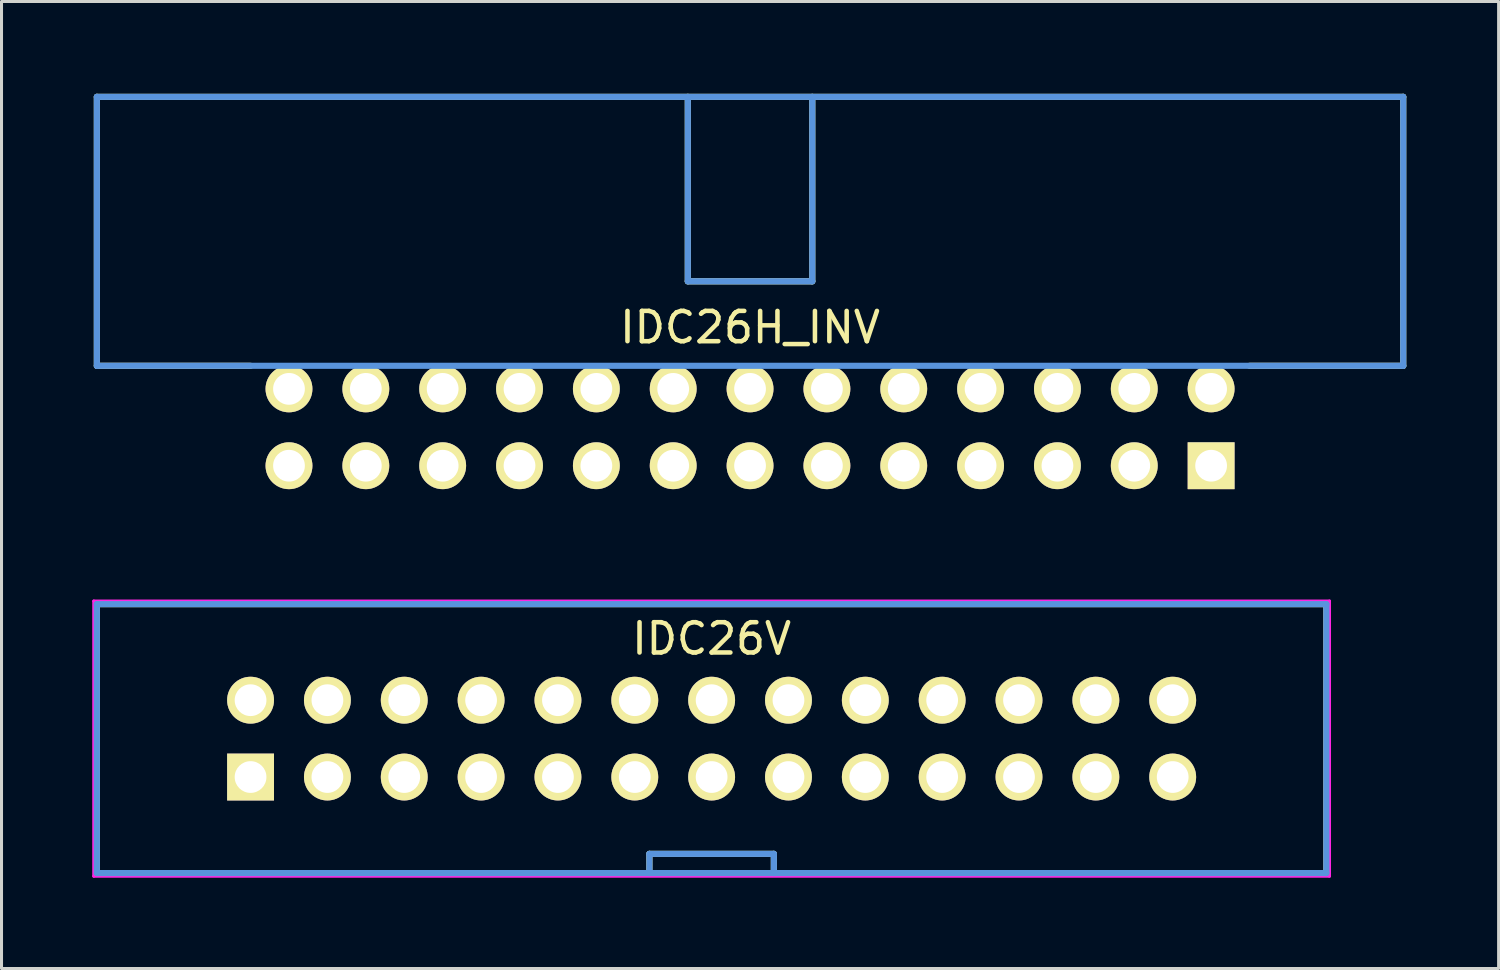
<source format=kicad_pcb>
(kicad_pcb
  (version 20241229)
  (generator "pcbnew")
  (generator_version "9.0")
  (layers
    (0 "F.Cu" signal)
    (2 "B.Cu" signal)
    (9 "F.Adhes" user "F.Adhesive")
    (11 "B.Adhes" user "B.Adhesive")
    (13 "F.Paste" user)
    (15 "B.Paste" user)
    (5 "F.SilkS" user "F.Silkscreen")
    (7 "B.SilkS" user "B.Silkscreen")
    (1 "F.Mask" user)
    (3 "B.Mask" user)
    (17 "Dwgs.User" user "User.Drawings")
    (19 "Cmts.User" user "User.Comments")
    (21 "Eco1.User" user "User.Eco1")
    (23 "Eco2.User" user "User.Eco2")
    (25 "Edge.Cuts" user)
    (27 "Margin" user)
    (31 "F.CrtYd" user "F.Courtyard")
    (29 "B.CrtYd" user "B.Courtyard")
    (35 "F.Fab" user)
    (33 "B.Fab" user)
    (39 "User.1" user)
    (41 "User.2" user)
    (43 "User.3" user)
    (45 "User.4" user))
  (footprint "IDC26V"
    (layer "F.Cu")
    (at 5.232 22.634)
    (property "Reference" "IDC26V" (at 15.24 -4.572 0) (layer "F.SilkS") (effects (font (size 1.001 1.001) (thickness 0.15))))
    (attr through_hole)
    (fp_line (start -5.08 -5.715) (end 35.56 -5.715) (stroke (width 0.203) (type solid)) (layer "F.SilkS"))
    (fp_line (start -5.08 3.175) (end -5.08 -5.715) (stroke (width 0.203) (type solid)) (layer "F.SilkS"))
    (fp_line (start 13.183 2.54) (end 17.297 2.54) (stroke (width 0.203) (type solid)) (layer "F.SilkS"))
    (fp_line (start 13.183 3.175) (end 13.183 2.54) (stroke (width 0.203) (type solid)) (layer "F.SilkS"))
    (fp_line (start 17.297 3.175) (end 17.297 2.54) (stroke (width 0.203) (type solid)) (layer "F.SilkS"))
    (fp_line (start 35.56 -5.715) (end 35.56 3.175) (stroke (width 0.203) (type solid)) (layer "F.SilkS"))
    (fp_line (start 35.56 3.175) (end -5.08 3.175) (stroke (width 0.203) (type solid)) (layer "F.SilkS"))
    (fp_line (start -5.08 -5.715) (end 35.56 -5.715) (stroke (width 0.203) (type solid)) (layer "Cmts.User"))
    (fp_line (start -5.08 3.175) (end -5.08 -5.715) (stroke (width 0.203) (type solid)) (layer "Cmts.User"))
    (fp_line (start 13.183 2.54) (end 17.297 2.54) (stroke (width 0.203) (type solid)) (layer "Cmts.User"))
    (fp_line (start 13.183 3.175) (end 13.183 2.54) (stroke (width 0.203) (type solid)) (layer "Cmts.User"))
    (fp_line (start 17.297 3.175) (end 17.297 2.54) (stroke (width 0.203) (type solid)) (layer "Cmts.User"))
    (fp_line (start 35.56 -5.715) (end 35.56 3.175) (stroke (width 0.203) (type solid)) (layer "Cmts.User"))
    (fp_line (start 35.56 3.175) (end -5.08 3.175) (stroke (width 0.203) (type solid)) (layer "Cmts.User"))
    (fp_line (start -5.182 -5.817) (end 35.662 -5.817) (stroke (width 0.102) (type solid)) (layer "F.CrtYd"))
    (fp_line (start -5.182 3.277) (end -5.182 -5.817) (stroke (width 0.102) (type solid)) (layer "F.CrtYd"))
    (fp_line (start 35.662 -5.817) (end 35.662 3.277) (stroke (width 0.102) (type solid)) (layer "F.CrtYd"))
    (fp_line (start 35.662 3.277) (end -5.182 3.277) (stroke (width 0.102) (type solid)) (layer "F.CrtYd"))
    (pad "1" thru_hole rect (at 0 0) (size 1.549 1.549) (drill 1.049) (layers "*.Cu" "*.Mask" "F.SilkS"))
    (pad "2" thru_hole circle (at 0 -2.54) (size 1.549 1.549) (drill 1.049) (layers "*.Cu" "*.Mask" "F.SilkS"))
    (pad "3" thru_hole circle (at 2.54 0) (size 1.549 1.549) (drill 1.049) (layers "*.Cu" "*.Mask" "F.SilkS"))
    (pad "4" thru_hole circle (at 2.54 -2.54) (size 1.549 1.549) (drill 1.049) (layers "*.Cu" "*.Mask" "F.SilkS"))
    (pad "5" thru_hole circle (at 5.08 0) (size 1.549 1.549) (drill 1.049) (layers "*.Cu" "*.Mask" "F.SilkS"))
    (pad "6" thru_hole circle (at 5.08 -2.54) (size 1.549 1.549) (drill 1.049) (layers "*.Cu" "*.Mask" "F.SilkS"))
    (pad "7" thru_hole circle (at 7.62 0) (size 1.549 1.549) (drill 1.049) (layers "*.Cu" "*.Mask" "F.SilkS"))
    (pad "8" thru_hole circle (at 7.62 -2.54) (size 1.549 1.549) (drill 1.049) (layers "*.Cu" "*.Mask" "F.SilkS"))
    (pad "9" thru_hole circle (at 10.16 0) (size 1.549 1.549) (drill 1.049) (layers "*.Cu" "*.Mask" "F.SilkS"))
    (pad "10" thru_hole circle (at 10.16 -2.54) (size 1.549 1.549) (drill 1.049) (layers "*.Cu" "*.Mask" "F.SilkS"))
    (pad "11" thru_hole circle (at 12.7 0) (size 1.549 1.549) (drill 1.049) (layers "*.Cu" "*.Mask" "F.SilkS"))
    (pad "12" thru_hole circle (at 12.7 -2.54) (size 1.549 1.549) (drill 1.049) (layers "*.Cu" "*.Mask" "F.SilkS"))
    (pad "13" thru_hole circle (at 15.24 0) (size 1.549 1.549) (drill 1.049) (layers "*.Cu" "*.Mask" "F.SilkS"))
    (pad "14" thru_hole circle (at 15.24 -2.54) (size 1.549 1.549) (drill 1.049) (layers "*.Cu" "*.Mask" "F.SilkS"))
    (pad "15" thru_hole circle (at 17.78 0) (size 1.549 1.549) (drill 1.049) (layers "*.Cu" "*.Mask" "F.SilkS"))
    (pad "16" thru_hole circle (at 17.78 -2.54) (size 1.549 1.549) (drill 1.049) (layers "*.Cu" "*.Mask" "F.SilkS"))
    (pad "17" thru_hole circle (at 20.32 0) (size 1.549 1.549) (drill 1.049) (layers "*.Cu" "*.Mask" "F.SilkS"))
    (pad "18" thru_hole circle (at 20.32 -2.54) (size 1.549 1.549) (drill 1.049) (layers "*.Cu" "*.Mask" "F.SilkS"))
    (pad "19" thru_hole circle (at 22.86 0) (size 1.549 1.549) (drill 1.049) (layers "*.Cu" "*.Mask" "F.SilkS"))
    (pad "20" thru_hole circle (at 22.86 -2.54) (size 1.549 1.549) (drill 1.049) (layers "*.Cu" "*.Mask" "F.SilkS"))
    (pad "21" thru_hole circle (at 25.4 0) (size 1.549 1.549) (drill 1.049) (layers "*.Cu" "*.Mask" "F.SilkS"))
    (pad "22" thru_hole circle (at 25.4 -2.54) (size 1.549 1.549) (drill 1.049) (layers "*.Cu" "*.Mask" "F.SilkS"))
    (pad "23" thru_hole circle (at 27.94 0) (size 1.549 1.549) (drill 1.049) (layers "*.Cu" "*.Mask" "F.SilkS"))
    (pad "24" thru_hole circle (at 27.94 -2.54) (size 1.549 1.549) (drill 1.049) (layers "*.Cu" "*.Mask" "F.SilkS"))
    (pad "25" thru_hole circle (at 30.48 0) (size 1.549 1.549) (drill 1.049) (layers "*.Cu" "*.Mask" "F.SilkS"))
    (pad "26" thru_hole circle (at 30.48 -2.54) (size 1.549 1.549) (drill 1.049) (layers "*.Cu" "*.Mask" "F.SilkS")))
  (footprint "IDC26H_INV"
    (layer "F.Cu")
    (at 6.502 12.344)
    (property "Reference" "IDC26H_INV" (at 15.24 -4.572 0) (layer "F.SilkS") (effects (font (size 1.001 1.001) (thickness 0.15))))
    (attr through_hole)
    (fp_line (start -6.35 -12.192) (end 36.83 -12.192) (stroke (width 0.203) (type solid)) (layer "F.SilkS"))
    (fp_line (start -6.35 -3.302) (end -6.35 -12.192) (stroke (width 0.203) (type solid)) (layer "F.SilkS"))
    (fp_line (start -6.35 -3.302) (end -1.27 -3.302) (stroke (width 0.203) (type solid)) (layer "F.SilkS"))
    (fp_line (start 13.183 -12.192) (end 13.183 -6.096) (stroke (width 0.203) (type solid)) (layer "F.SilkS"))
    (fp_line (start 13.183 -6.096) (end 17.297 -6.096) (stroke (width 0.203) (type solid)) (layer "F.SilkS"))
    (fp_line (start 17.297 -12.192) (end 17.297 -6.096) (stroke (width 0.203) (type solid)) (layer "F.SilkS"))
    (fp_line (start 36.83 -12.192) (end 36.83 -3.302) (stroke (width 0.203) (type solid)) (layer "F.SilkS"))
    (fp_line (start 36.83 -3.302) (end 31.75 -3.302) (stroke (width 0.203) (type solid)) (layer "F.SilkS"))
    (fp_line (start -6.35 -12.192) (end -6.35 -3.302) (stroke (width 0.203) (type solid)) (layer "Cmts.User"))
    (fp_line (start -6.35 -3.302) (end 36.83 -3.302) (stroke (width 0.203) (type solid)) (layer "Cmts.User"))
    (fp_line (start 13.183 -12.192) (end 13.183 -6.096) (stroke (width 0.203) (type solid)) (layer "Cmts.User"))
    (fp_line (start 13.183 -6.096) (end 17.297 -6.096) (stroke (width 0.203) (type solid)) (layer "Cmts.User"))
    (fp_line (start 17.297 -12.192) (end 17.297 -6.096) (stroke (width 0.203) (type solid)) (layer "Cmts.User"))
    (fp_line (start 36.83 -12.192) (end -6.35 -12.192) (stroke (width 0.203) (type solid)) (layer "Cmts.User"))
    (fp_line (start 36.83 -3.302) (end 36.83 -12.192) (stroke (width 0.203) (type solid)) (layer "Cmts.User"))
    (fp_line (start -6.452 -12.294) (end -6.452 -3.2) (stroke (width 0.102) (type solid)) (layer "Eco1.User"))
    (fp_line (start -6.452 -3.2) (end -1.372 -3.2) (stroke (width 0.102) (type solid)) (layer "Eco1.User"))
    (fp_line (start -1.372 -3.2) (end -1.372 1.372) (stroke (width 0.102) (type solid)) (layer "Eco1.User"))
    (fp_line (start -1.372 1.372) (end 31.852 1.372) (stroke (width 0.102) (type solid)) (layer "Eco1.User"))
    (fp_line (start 31.852 -3.2) (end 36.932 -3.2) (stroke (width 0.102) (type solid)) (layer "Eco1.User"))
    (fp_line (start 31.852 1.372) (end 31.852 -3.2) (stroke (width 0.102) (type solid)) (layer "Eco1.User"))
    (fp_line (start 36.932 -12.294) (end -6.452 -12.294) (stroke (width 0.102) (type solid)) (layer "Eco1.User"))
    (fp_line (start 36.932 -3.2) (end 36.932 -12.294) (stroke (width 0.102) (type solid)) (layer "Eco1.User"))
    (pad "1" thru_hole rect (at 30.48 0) (size 1.549 1.549) (drill 1.049) (layers "*.Cu" "*.Mask" "F.SilkS"))
    (pad "2" thru_hole circle (at 30.48 -2.54) (size 1.549 1.549) (drill 1.049) (layers "*.Cu" "*.Mask" "F.SilkS"))
    (pad "3" thru_hole circle (at 27.94 0) (size 1.549 1.549) (drill 1.049) (layers "*.Cu" "*.Mask" "F.SilkS"))
    (pad "4" thru_hole circle (at 27.94 -2.54) (size 1.549 1.549) (drill 1.049) (layers "*.Cu" "*.Mask" "F.SilkS"))
    (pad "5" thru_hole circle (at 25.4 0) (size 1.549 1.549) (drill 1.049) (layers "*.Cu" "*.Mask" "F.SilkS"))
    (pad "6" thru_hole circle (at 25.4 -2.54) (size 1.549 1.549) (drill 1.049) (layers "*.Cu" "*.Mask" "F.SilkS"))
    (pad "7" thru_hole circle (at 22.86 0) (size 1.549 1.549) (drill 1.049) (layers "*.Cu" "*.Mask" "F.SilkS"))
    (pad "8" thru_hole circle (at 22.86 -2.54) (size 1.549 1.549) (drill 1.049) (layers "*.Cu" "*.Mask" "F.SilkS"))
    (pad "9" thru_hole circle (at 20.32 0) (size 1.549 1.549) (drill 1.049) (layers "*.Cu" "*.Mask" "F.SilkS"))
    (pad "10" thru_hole circle (at 20.32 -2.54) (size 1.549 1.549) (drill 1.049) (layers "*.Cu" "*.Mask" "F.SilkS"))
    (pad "11" thru_hole circle (at 17.78 0) (size 1.549 1.549) (drill 1.049) (layers "*.Cu" "*.Mask" "F.SilkS"))
    (pad "12" thru_hole circle (at 17.78 -2.54) (size 1.549 1.549) (drill 1.049) (layers "*.Cu" "*.Mask" "F.SilkS"))
    (pad "13" thru_hole circle (at 15.24 0) (size 1.549 1.549) (drill 1.049) (layers "*.Cu" "*.Mask" "F.SilkS"))
    (pad "14" thru_hole circle (at 15.24 -2.54) (size 1.549 1.549) (drill 1.049) (layers "*.Cu" "*.Mask" "F.SilkS"))
    (pad "15" thru_hole circle (at 12.7 0) (size 1.549 1.549) (drill 1.049) (layers "*.Cu" "*.Mask" "F.SilkS"))
    (pad "16" thru_hole circle (at 12.7 -2.54) (size 1.549 1.549) (drill 1.049) (layers "*.Cu" "*.Mask" "F.SilkS"))
    (pad "17" thru_hole circle (at 10.16 0) (size 1.549 1.549) (drill 1.049) (layers "*.Cu" "*.Mask" "F.SilkS"))
    (pad "18" thru_hole circle (at 10.16 -2.54) (size 1.549 1.549) (drill 1.049) (layers "*.Cu" "*.Mask" "F.SilkS"))
    (pad "19" thru_hole circle (at 7.62 0) (size 1.549 1.549) (drill 1.049) (layers "*.Cu" "*.Mask" "F.SilkS"))
    (pad "20" thru_hole circle (at 7.62 -2.54) (size 1.549 1.549) (drill 1.049) (layers "*.Cu" "*.Mask" "F.SilkS"))
    (pad "21" thru_hole circle (at 5.08 0) (size 1.549 1.549) (drill 1.049) (layers "*.Cu" "*.Mask" "F.SilkS"))
    (pad "22" thru_hole circle (at 5.08 -2.54) (size 1.549 1.549) (drill 1.049) (layers "*.Cu" "*.Mask" "F.SilkS"))
    (pad "23" thru_hole circle (at 2.54 0) (size 1.549 1.549) (drill 1.049) (layers "*.Cu" "*.Mask" "F.SilkS"))
    (pad "24" thru_hole circle (at 2.54 -2.54) (size 1.549 1.549) (drill 1.049) (layers "*.Cu" "*.Mask" "F.SilkS"))
    (pad "25" thru_hole circle (at 0 0) (size 1.549 1.549) (drill 1.049) (layers "*.Cu" "*.Mask" "F.SilkS"))
    (pad "26" thru_hole circle (at 0 -2.54) (size 1.549 1.549) (drill 1.049) (layers "*.Cu" "*.Mask" "F.SilkS")))
  (gr_rect
    (start -3 -3)
    (end 46.485 28.962)
    (stroke (width 0.1) (type default))
    (fill no)
    (layer "Edge.Cuts")))
</source>
